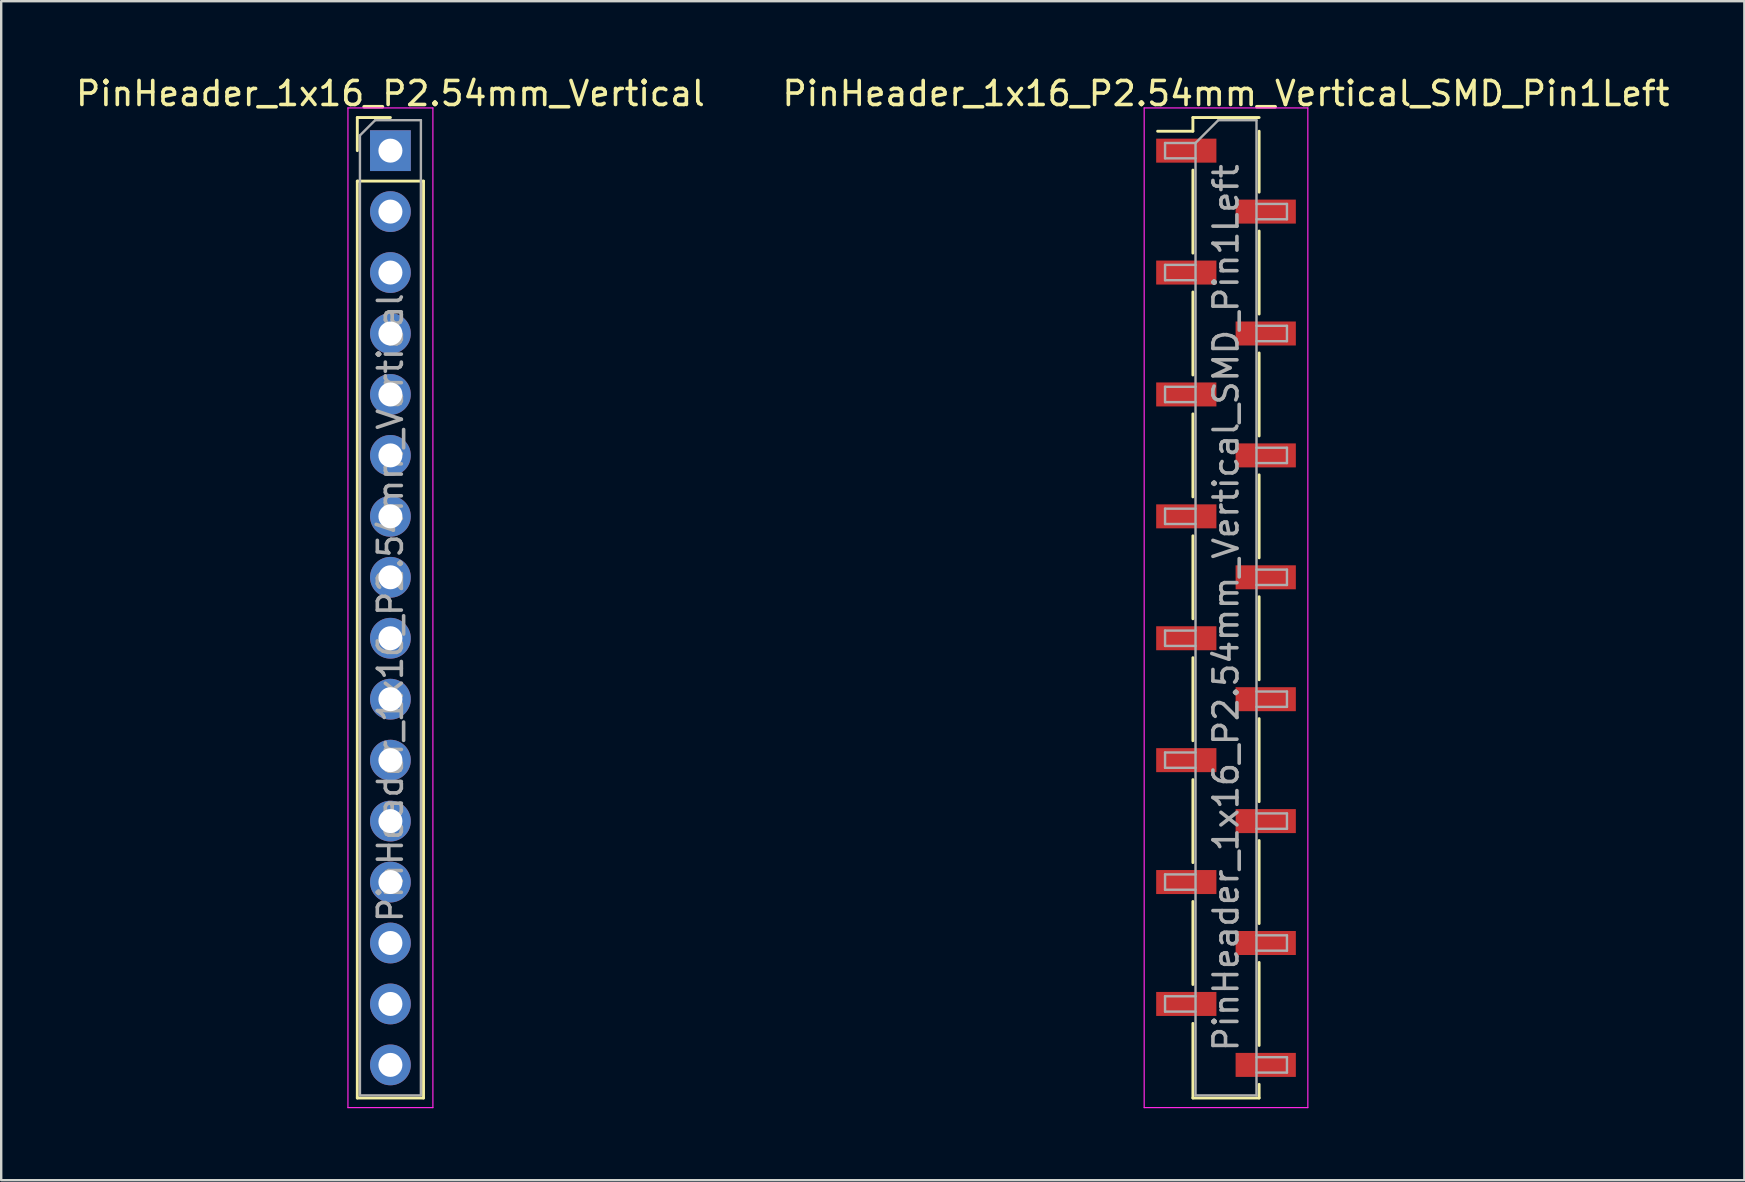
<source format=kicad_pcb>
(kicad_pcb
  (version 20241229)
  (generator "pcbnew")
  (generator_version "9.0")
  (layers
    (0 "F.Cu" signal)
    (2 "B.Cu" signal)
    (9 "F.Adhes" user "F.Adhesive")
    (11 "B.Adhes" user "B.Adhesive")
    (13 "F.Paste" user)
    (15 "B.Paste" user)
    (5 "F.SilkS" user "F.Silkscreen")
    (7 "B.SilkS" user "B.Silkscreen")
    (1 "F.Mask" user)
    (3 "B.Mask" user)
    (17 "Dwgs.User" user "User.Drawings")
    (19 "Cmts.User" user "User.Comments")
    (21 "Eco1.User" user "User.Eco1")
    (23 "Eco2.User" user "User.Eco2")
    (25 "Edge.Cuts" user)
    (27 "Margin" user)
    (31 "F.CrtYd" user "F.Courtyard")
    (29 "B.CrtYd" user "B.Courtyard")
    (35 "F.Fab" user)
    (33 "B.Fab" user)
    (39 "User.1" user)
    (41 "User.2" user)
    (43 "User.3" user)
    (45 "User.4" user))
  (footprint "PinHeader_1x16_P2.54mm_Vertical_SMD_Pin1Left"
    (layer "F.Cu")
    (at 48.042 22.278)
    (property "Reference" "PinHeader_1x16_P2.54mm_Vertical_SMD_Pin1Left" (at 0 -21.43 0) (layer "F.SilkS") (effects (font (size 1 1) (thickness 0.15))))
    (attr smd)
    (fp_line (start -1.38 -20.43) (end -1.38 -19.86) (stroke (width 0.12) (type solid)) (layer "F.SilkS"))
    (fp_line (start -1.38 -20.43) (end 1.38 -20.43) (stroke (width 0.12) (type solid)) (layer "F.SilkS"))
    (fp_line (start -1.38 -19.86) (end -2.85 -19.86) (stroke (width 0.12) (type solid)) (layer "F.SilkS"))
    (fp_line (start -1.38 -18.24) (end -1.38 -14.78) (stroke (width 0.12) (type solid)) (layer "F.SilkS"))
    (fp_line (start -1.38 -13.16) (end -1.38 -9.7) (stroke (width 0.12) (type solid)) (layer "F.SilkS"))
    (fp_line (start -1.38 -8.08) (end -1.38 -4.62) (stroke (width 0.12) (type solid)) (layer "F.SilkS"))
    (fp_line (start -1.38 -3) (end -1.38 0.46) (stroke (width 0.12) (type solid)) (layer "F.SilkS"))
    (fp_line (start -1.38 2.08) (end -1.38 5.54) (stroke (width 0.12) (type solid)) (layer "F.SilkS"))
    (fp_line (start -1.38 7.16) (end -1.38 10.62) (stroke (width 0.12) (type solid)) (layer "F.SilkS"))
    (fp_line (start -1.38 12.24) (end -1.38 15.7) (stroke (width 0.12) (type solid)) (layer "F.SilkS"))
    (fp_line (start -1.38 17.32) (end -1.38 20.43) (stroke (width 0.12) (type solid)) (layer "F.SilkS"))
    (fp_line (start -1.38 20.43) (end 1.38 20.43) (stroke (width 0.12) (type solid)) (layer "F.SilkS"))
    (fp_line (start 1.38 -19.86) (end 1.38 -17.32) (stroke (width 0.12) (type solid)) (layer "F.SilkS"))
    (fp_line (start 1.38 -15.7) (end 1.38 -12.24) (stroke (width 0.12) (type solid)) (layer "F.SilkS"))
    (fp_line (start 1.38 -10.62) (end 1.38 -7.16) (stroke (width 0.12) (type solid)) (layer "F.SilkS"))
    (fp_line (start 1.38 -5.54) (end 1.38 -2.08) (stroke (width 0.12) (type solid)) (layer "F.SilkS"))
    (fp_line (start 1.38 -0.46) (end 1.38 3) (stroke (width 0.12) (type solid)) (layer "F.SilkS"))
    (fp_line (start 1.38 4.62) (end 1.38 8.08) (stroke (width 0.12) (type solid)) (layer "F.SilkS"))
    (fp_line (start 1.38 9.7) (end 1.38 13.16) (stroke (width 0.12) (type solid)) (layer "F.SilkS"))
    (fp_line (start 1.38 14.78) (end 1.38 18.24) (stroke (width 0.12) (type solid)) (layer "F.SilkS"))
    (fp_line (start 1.38 19.86) (end 1.38 20.43) (stroke (width 0.12) (type solid)) (layer "F.SilkS"))
    (fp_line (start -3.41 -20.83) (end -3.41 20.83) (stroke (width 0.05) (type solid)) (layer "F.CrtYd"))
    (fp_line (start -3.41 20.83) (end 3.41 20.83) (stroke (width 0.05) (type solid)) (layer "F.CrtYd"))
    (fp_line (start 3.41 -20.83) (end -3.41 -20.83) (stroke (width 0.05) (type solid)) (layer "F.CrtYd"))
    (fp_line (start 3.41 20.83) (end 3.41 -20.83) (stroke (width 0.05) (type solid)) (layer "F.CrtYd"))
    (fp_line (start -2.54 -19.37) (end -2.54 -18.73) (stroke (width 0.1) (type solid)) (layer "F.Fab"))
    (fp_line (start -2.54 -18.73) (end -1.27 -18.73) (stroke (width 0.1) (type solid)) (layer "F.Fab"))
    (fp_line (start -2.54 -14.29) (end -2.54 -13.65) (stroke (width 0.1) (type solid)) (layer "F.Fab"))
    (fp_line (start -2.54 -13.65) (end -1.27 -13.65) (stroke (width 0.1) (type solid)) (layer "F.Fab"))
    (fp_line (start -2.54 -9.21) (end -2.54 -8.57) (stroke (width 0.1) (type solid)) (layer "F.Fab"))
    (fp_line (start -2.54 -8.57) (end -1.27 -8.57) (stroke (width 0.1) (type solid)) (layer "F.Fab"))
    (fp_line (start -2.54 -4.13) (end -2.54 -3.49) (stroke (width 0.1) (type solid)) (layer "F.Fab"))
    (fp_line (start -2.54 -3.49) (end -1.27 -3.49) (stroke (width 0.1) (type solid)) (layer "F.Fab"))
    (fp_line (start -2.54 0.95) (end -2.54 1.59) (stroke (width 0.1) (type solid)) (layer "F.Fab"))
    (fp_line (start -2.54 1.59) (end -1.27 1.59) (stroke (width 0.1) (type solid)) (layer "F.Fab"))
    (fp_line (start -2.54 6.03) (end -2.54 6.67) (stroke (width 0.1) (type solid)) (layer "F.Fab"))
    (fp_line (start -2.54 6.67) (end -1.27 6.67) (stroke (width 0.1) (type solid)) (layer "F.Fab"))
    (fp_line (start -2.54 11.11) (end -2.54 11.75) (stroke (width 0.1) (type solid)) (layer "F.Fab"))
    (fp_line (start -2.54 11.75) (end -1.27 11.75) (stroke (width 0.1) (type solid)) (layer "F.Fab"))
    (fp_line (start -2.54 16.19) (end -2.54 16.83) (stroke (width 0.1) (type solid)) (layer "F.Fab"))
    (fp_line (start -2.54 16.83) (end -1.27 16.83) (stroke (width 0.1) (type solid)) (layer "F.Fab"))
    (fp_line (start -1.27 -19.37) (end -2.54 -19.37) (stroke (width 0.1) (type solid)) (layer "F.Fab"))
    (fp_line (start -1.27 -19.37) (end -0.32 -20.32) (stroke (width 0.1) (type solid)) (layer "F.Fab"))
    (fp_line (start -1.27 -14.29) (end -2.54 -14.29) (stroke (width 0.1) (type solid)) (layer "F.Fab"))
    (fp_line (start -1.27 -9.21) (end -2.54 -9.21) (stroke (width 0.1) (type solid)) (layer "F.Fab"))
    (fp_line (start -1.27 -4.13) (end -2.54 -4.13) (stroke (width 0.1) (type solid)) (layer "F.Fab"))
    (fp_line (start -1.27 0.95) (end -2.54 0.95) (stroke (width 0.1) (type solid)) (layer "F.Fab"))
    (fp_line (start -1.27 6.03) (end -2.54 6.03) (stroke (width 0.1) (type solid)) (layer "F.Fab"))
    (fp_line (start -1.27 11.11) (end -2.54 11.11) (stroke (width 0.1) (type solid)) (layer "F.Fab"))
    (fp_line (start -1.27 16.19) (end -2.54 16.19) (stroke (width 0.1) (type solid)) (layer "F.Fab"))
    (fp_line (start -1.27 20.32) (end -1.27 -19.37) (stroke (width 0.1) (type solid)) (layer "F.Fab"))
    (fp_line (start -0.32 -20.32) (end 1.27 -20.32) (stroke (width 0.1) (type solid)) (layer "F.Fab"))
    (fp_line (start 1.27 -20.32) (end 1.27 20.32) (stroke (width 0.1) (type solid)) (layer "F.Fab"))
    (fp_line (start 1.27 -16.83) (end 2.54 -16.83) (stroke (width 0.1) (type solid)) (layer "F.Fab"))
    (fp_line (start 1.27 -11.75) (end 2.54 -11.75) (stroke (width 0.1) (type solid)) (layer "F.Fab"))
    (fp_line (start 1.27 -6.67) (end 2.54 -6.67) (stroke (width 0.1) (type solid)) (layer "F.Fab"))
    (fp_line (start 1.27 -1.59) (end 2.54 -1.59) (stroke (width 0.1) (type solid)) (layer "F.Fab"))
    (fp_line (start 1.27 3.49) (end 2.54 3.49) (stroke (width 0.1) (type solid)) (layer "F.Fab"))
    (fp_line (start 1.27 8.57) (end 2.54 8.57) (stroke (width 0.1) (type solid)) (layer "F.Fab"))
    (fp_line (start 1.27 13.65) (end 2.54 13.65) (stroke (width 0.1) (type solid)) (layer "F.Fab"))
    (fp_line (start 1.27 18.73) (end 2.54 18.73) (stroke (width 0.1) (type solid)) (layer "F.Fab"))
    (fp_line (start 1.27 20.32) (end -1.27 20.32) (stroke (width 0.1) (type solid)) (layer "F.Fab"))
    (fp_line (start 2.54 -16.83) (end 2.54 -16.19) (stroke (width 0.1) (type solid)) (layer "F.Fab"))
    (fp_line (start 2.54 -16.19) (end 1.27 -16.19) (stroke (width 0.1) (type solid)) (layer "F.Fab"))
    (fp_line (start 2.54 -11.75) (end 2.54 -11.11) (stroke (width 0.1) (type solid)) (layer "F.Fab"))
    (fp_line (start 2.54 -11.11) (end 1.27 -11.11) (stroke (width 0.1) (type solid)) (layer "F.Fab"))
    (fp_line (start 2.54 -6.67) (end 2.54 -6.03) (stroke (width 0.1) (type solid)) (layer "F.Fab"))
    (fp_line (start 2.54 -6.03) (end 1.27 -6.03) (stroke (width 0.1) (type solid)) (layer "F.Fab"))
    (fp_line (start 2.54 -1.59) (end 2.54 -0.95) (stroke (width 0.1) (type solid)) (layer "F.Fab"))
    (fp_line (start 2.54 -0.95) (end 1.27 -0.95) (stroke (width 0.1) (type solid)) (layer "F.Fab"))
    (fp_line (start 2.54 3.49) (end 2.54 4.13) (stroke (width 0.1) (type solid)) (layer "F.Fab"))
    (fp_line (start 2.54 4.13) (end 1.27 4.13) (stroke (width 0.1) (type solid)) (layer "F.Fab"))
    (fp_line (start 2.54 8.57) (end 2.54 9.21) (stroke (width 0.1) (type solid)) (layer "F.Fab"))
    (fp_line (start 2.54 9.21) (end 1.27 9.21) (stroke (width 0.1) (type solid)) (layer "F.Fab"))
    (fp_line (start 2.54 13.65) (end 2.54 14.29) (stroke (width 0.1) (type solid)) (layer "F.Fab"))
    (fp_line (start 2.54 14.29) (end 1.27 14.29) (stroke (width 0.1) (type solid)) (layer "F.Fab"))
    (fp_line (start 2.54 18.73) (end 2.54 19.37) (stroke (width 0.1) (type solid)) (layer "F.Fab"))
    (fp_line (start 2.54 19.37) (end 1.27 19.37) (stroke (width 0.1) (type solid)) (layer "F.Fab"))
    (fp_text user "${REFERENCE}" (at 0 0 90) (layer "F.Fab") (effects (font (size 1 1) (thickness 0.15))))
    (pad "1" smd rect (at -1.655 -19.05) (size 2.51 1) (layers "F.Cu" "F.Mask" "F.Paste"))
    (pad "2" smd rect (at 1.655 -16.51) (size 2.51 1) (layers "F.Cu" "F.Mask" "F.Paste"))
    (pad "3" smd rect (at -1.655 -13.97) (size 2.51 1) (layers "F.Cu" "F.Mask" "F.Paste"))
    (pad "4" smd rect (at 1.655 -11.43) (size 2.51 1) (layers "F.Cu" "F.Mask" "F.Paste"))
    (pad "5" smd rect (at -1.655 -8.89) (size 2.51 1) (layers "F.Cu" "F.Mask" "F.Paste"))
    (pad "6" smd rect (at 1.655 -6.35) (size 2.51 1) (layers "F.Cu" "F.Mask" "F.Paste"))
    (pad "7" smd rect (at -1.655 -3.81) (size 2.51 1) (layers "F.Cu" "F.Mask" "F.Paste"))
    (pad "8" smd rect (at 1.655 -1.27) (size 2.51 1) (layers "F.Cu" "F.Mask" "F.Paste"))
    (pad "9" smd rect (at -1.655 1.27) (size 2.51 1) (layers "F.Cu" "F.Mask" "F.Paste"))
    (pad "10" smd rect (at 1.655 3.81) (size 2.51 1) (layers "F.Cu" "F.Mask" "F.Paste"))
    (pad "11" smd rect (at -1.655 6.35) (size 2.51 1) (layers "F.Cu" "F.Mask" "F.Paste"))
    (pad "12" smd rect (at 1.655 8.89) (size 2.51 1) (layers "F.Cu" "F.Mask" "F.Paste"))
    (pad "13" smd rect (at -1.655 11.43) (size 2.51 1) (layers "F.Cu" "F.Mask" "F.Paste"))
    (pad "14" smd rect (at 1.655 13.97) (size 2.51 1) (layers "F.Cu" "F.Mask" "F.Paste"))
    (pad "15" smd rect (at -1.655 16.51) (size 2.51 1) (layers "F.Cu" "F.Mask" "F.Paste"))
    (pad "16" smd rect (at 1.655 19.05) (size 2.51 1) (layers "F.Cu" "F.Mask" "F.Paste")))
  (footprint "PinHeader_1x16_P2.54mm_Vertical"
    (layer "F.Cu")
    (at 13.22 3.228)
    (property "Reference" "PinHeader_1x16_P2.54mm_Vertical" (at 0 -2.38 0) (layer "F.SilkS") (effects (font (size 1 1) (thickness 0.15))))
    (attr through_hole)
    (fp_line (start -1.38 -1.38) (end 0 -1.38) (stroke (width 0.12) (type solid)) (layer "F.SilkS"))
    (fp_line (start -1.38 0) (end -1.38 -1.38) (stroke (width 0.12) (type solid)) (layer "F.SilkS"))
    (fp_line (start -1.38 1.27) (end -1.38 39.48) (stroke (width 0.12) (type solid)) (layer "F.SilkS"))
    (fp_line (start -1.38 1.27) (end 1.38 1.27) (stroke (width 0.12) (type solid)) (layer "F.SilkS"))
    (fp_line (start -1.38 39.48) (end 1.38 39.48) (stroke (width 0.12) (type solid)) (layer "F.SilkS"))
    (fp_line (start 1.38 1.27) (end 1.38 39.48) (stroke (width 0.12) (type solid)) (layer "F.SilkS"))
    (fp_line (start -1.77 -1.78) (end -1.77 39.88) (stroke (width 0.05) (type solid)) (layer "F.CrtYd"))
    (fp_line (start -1.77 39.88) (end 1.77 39.88) (stroke (width 0.05) (type solid)) (layer "F.CrtYd"))
    (fp_line (start 1.77 -1.78) (end -1.77 -1.78) (stroke (width 0.05) (type solid)) (layer "F.CrtYd"))
    (fp_line (start 1.77 39.88) (end 1.77 -1.78) (stroke (width 0.05) (type solid)) (layer "F.CrtYd"))
    (fp_line (start -1.27 -0.635) (end -0.635 -1.27) (stroke (width 0.1) (type solid)) (layer "F.Fab"))
    (fp_line (start -1.27 39.37) (end -1.27 -0.635) (stroke (width 0.1) (type solid)) (layer "F.Fab"))
    (fp_line (start -0.635 -1.27) (end 1.27 -1.27) (stroke (width 0.1) (type solid)) (layer "F.Fab"))
    (fp_line (start 1.27 -1.27) (end 1.27 39.37) (stroke (width 0.1) (type solid)) (layer "F.Fab"))
    (fp_line (start 1.27 39.37) (end -1.27 39.37) (stroke (width 0.1) (type solid)) (layer "F.Fab"))
    (fp_text user "${REFERENCE}" (at 0 19.05 90) (layer "F.Fab") (effects (font (size 1 1) (thickness 0.15))))
    (pad "1" thru_hole rect (at 0 0) (size 1.7 1.7) (drill 1) (layers "*.Cu" "*.Mask"))
    (pad "2" thru_hole circle (at 0 2.54) (size 1.7 1.7) (drill 1) (layers "*.Cu" "*.Mask"))
    (pad "3" thru_hole circle (at 0 5.08) (size 1.7 1.7) (drill 1) (layers "*.Cu" "*.Mask"))
    (pad "4" thru_hole circle (at 0 7.62) (size 1.7 1.7) (drill 1) (layers "*.Cu" "*.Mask"))
    (pad "5" thru_hole circle (at 0 10.16) (size 1.7 1.7) (drill 1) (layers "*.Cu" "*.Mask"))
    (pad "6" thru_hole circle (at 0 12.7) (size 1.7 1.7) (drill 1) (layers "*.Cu" "*.Mask"))
    (pad "7" thru_hole circle (at 0 15.24) (size 1.7 1.7) (drill 1) (layers "*.Cu" "*.Mask"))
    (pad "8" thru_hole circle (at 0 17.78) (size 1.7 1.7) (drill 1) (layers "*.Cu" "*.Mask"))
    (pad "9" thru_hole circle (at 0 20.32) (size 1.7 1.7) (drill 1) (layers "*.Cu" "*.Mask"))
    (pad "10" thru_hole circle (at 0 22.86) (size 1.7 1.7) (drill 1) (layers "*.Cu" "*.Mask"))
    (pad "11" thru_hole circle (at 0 25.4) (size 1.7 1.7) (drill 1) (layers "*.Cu" "*.Mask"))
    (pad "12" thru_hole circle (at 0 27.94) (size 1.7 1.7) (drill 1) (layers "*.Cu" "*.Mask"))
    (pad "13" thru_hole circle (at 0 30.48) (size 1.7 1.7) (drill 1) (layers "*.Cu" "*.Mask"))
    (pad "14" thru_hole circle (at 0 33.02) (size 1.7 1.7) (drill 1) (layers "*.Cu" "*.Mask"))
    (pad "15" thru_hole circle (at 0 35.56) (size 1.7 1.7) (drill 1) (layers "*.Cu" "*.Mask"))
    (pad "16" thru_hole circle (at 0 38.1) (size 1.7 1.7) (drill 1) (layers "*.Cu" "*.Mask")))
  (gr_rect
    (start -3 -3)
    (end 69.643 46.133)
    (stroke (width 0.1) (type default))
    (fill no)
    (layer "Edge.Cuts")))
</source>
